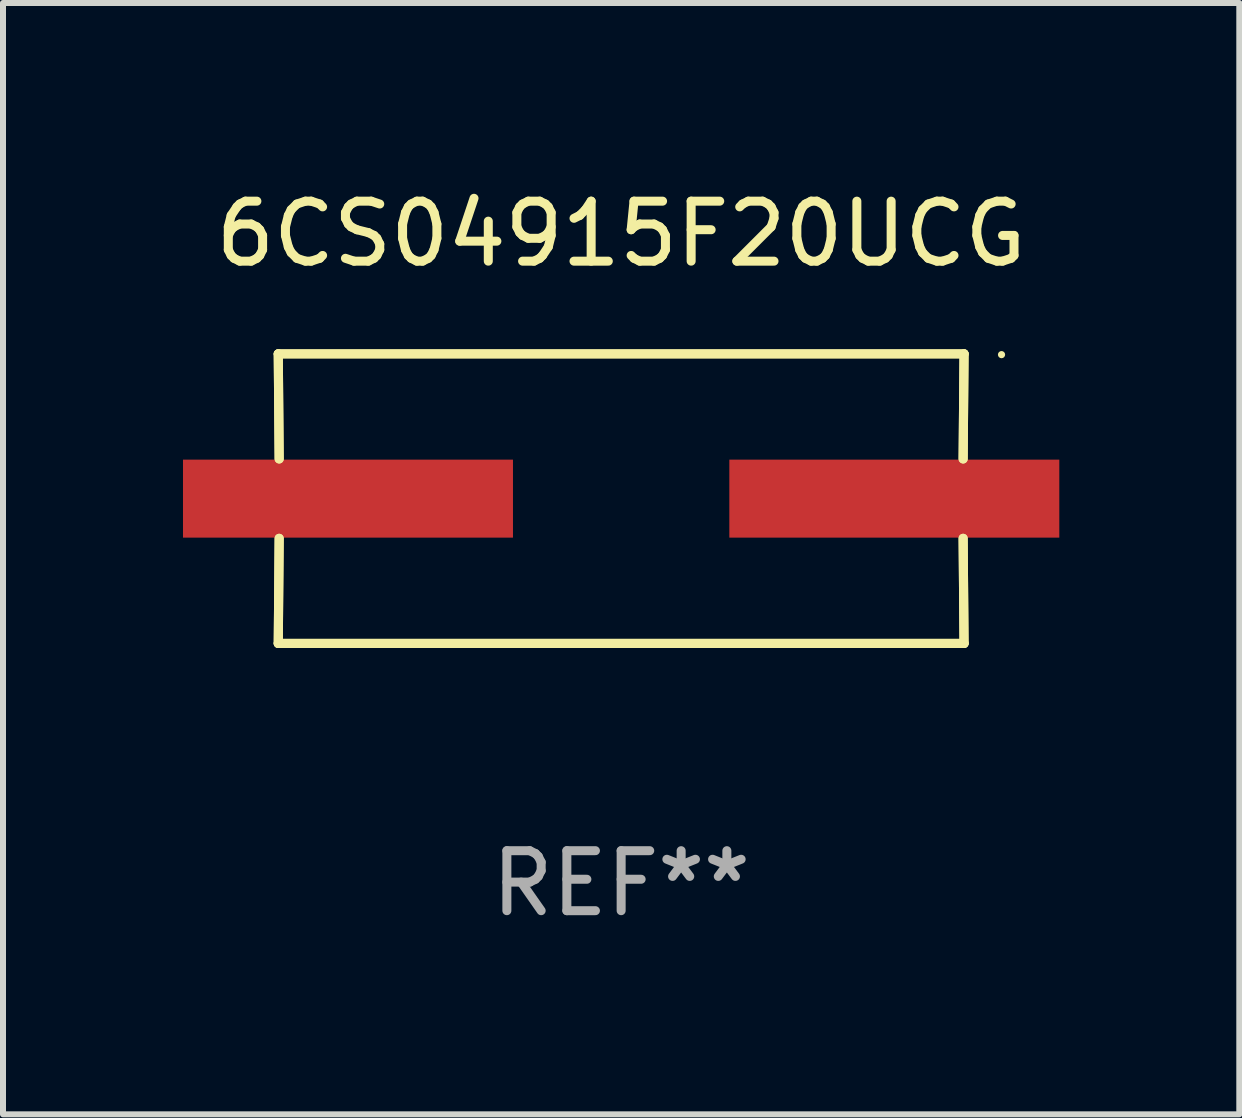
<source format=kicad_pcb>
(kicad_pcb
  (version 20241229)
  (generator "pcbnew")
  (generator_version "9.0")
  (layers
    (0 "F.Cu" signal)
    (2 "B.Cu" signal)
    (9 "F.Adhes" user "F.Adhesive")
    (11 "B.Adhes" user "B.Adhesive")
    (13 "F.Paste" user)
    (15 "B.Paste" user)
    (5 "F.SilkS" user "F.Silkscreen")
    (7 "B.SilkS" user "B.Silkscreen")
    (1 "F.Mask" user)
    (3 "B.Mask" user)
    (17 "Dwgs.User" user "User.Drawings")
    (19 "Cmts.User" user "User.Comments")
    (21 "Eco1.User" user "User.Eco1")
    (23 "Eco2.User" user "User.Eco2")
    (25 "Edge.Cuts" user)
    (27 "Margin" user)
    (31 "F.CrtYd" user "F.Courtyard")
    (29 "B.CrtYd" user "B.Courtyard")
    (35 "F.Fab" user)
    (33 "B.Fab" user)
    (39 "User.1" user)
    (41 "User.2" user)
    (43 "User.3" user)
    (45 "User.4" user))
  (footprint "6CS04915F20UCG"
    (layer "F.Cu")
    (at 7.303 5.261)
    (property "Reference" "6CS04915F20UCG" (at 0 -4.413 0) (layer "F.SilkS") (effects (font (size 1 1) (thickness 0.15))))
    (attr through_hole)
    (fp_line (start -5.715 -2.413) (end -5.7 -0.662) (stroke (width 0.152) (type solid)) (layer "F.SilkS"))
    (fp_line (start -5.715 -2.413) (end -5.7 -0.662) (stroke (width 0.152) (type solid)) (layer "F.SilkS"))
    (fp_line (start -5.715 2.413) (end 5.715 2.413) (stroke (width 0.152) (type solid)) (layer "F.SilkS"))
    (fp_line (start -5.715 2.413) (end 5.715 2.413) (stroke (width 0.152) (type solid)) (layer "F.SilkS"))
    (fp_line (start -5.7 0.662) (end -5.715 2.413) (stroke (width 0.152) (type solid)) (layer "F.SilkS"))
    (fp_line (start -5.7 0.662) (end -5.715 2.413) (stroke (width 0.152) (type solid)) (layer "F.SilkS"))
    (fp_line (start 5.7 -0.662) (end 5.715 -2.413) (stroke (width 0.152) (type solid)) (layer "F.SilkS"))
    (fp_line (start 5.7 -0.662) (end 5.715 -2.413) (stroke (width 0.152) (type solid)) (layer "F.SilkS"))
    (fp_line (start 5.715 -2.413) (end -5.715 -2.413) (stroke (width 0.152) (type solid)) (layer "F.SilkS"))
    (fp_line (start 5.715 -2.413) (end -5.715 -2.413) (stroke (width 0.152) (type solid)) (layer "F.SilkS"))
    (fp_line (start 5.715 2.413) (end 5.7 0.662) (stroke (width 0.152) (type solid)) (layer "F.SilkS"))
    (fp_line (start 5.715 2.413) (end 5.7 0.662) (stroke (width 0.152) (type solid)) (layer "F.SilkS"))
    (fp_circle (center 6.34 -2.4) (end 6.37 -2.4) (stroke (width 0.06) (type solid)) (fill no) (layer "F.SilkS"))
    (fp_text user "REF**" (at 0 6.413 0) (layer "F.Fab") (effects (font (size 1 1) (thickness 0.15))))
    (pad "1" smd rect (at 4.553 0) (size 5.5 1.3) (layers "F.Cu" "F.Mask" "F.Paste"))
    (pad "2" smd rect (at -4.553 0) (size 5.5 1.3) (layers "F.Cu" "F.Mask" "F.Paste")))
  (gr_rect
    (start -3 -3)
    (end 17.606 15.523)
    (stroke (width 0.1) (type default))
    (fill no)
    (layer "Edge.Cuts")))
</source>
